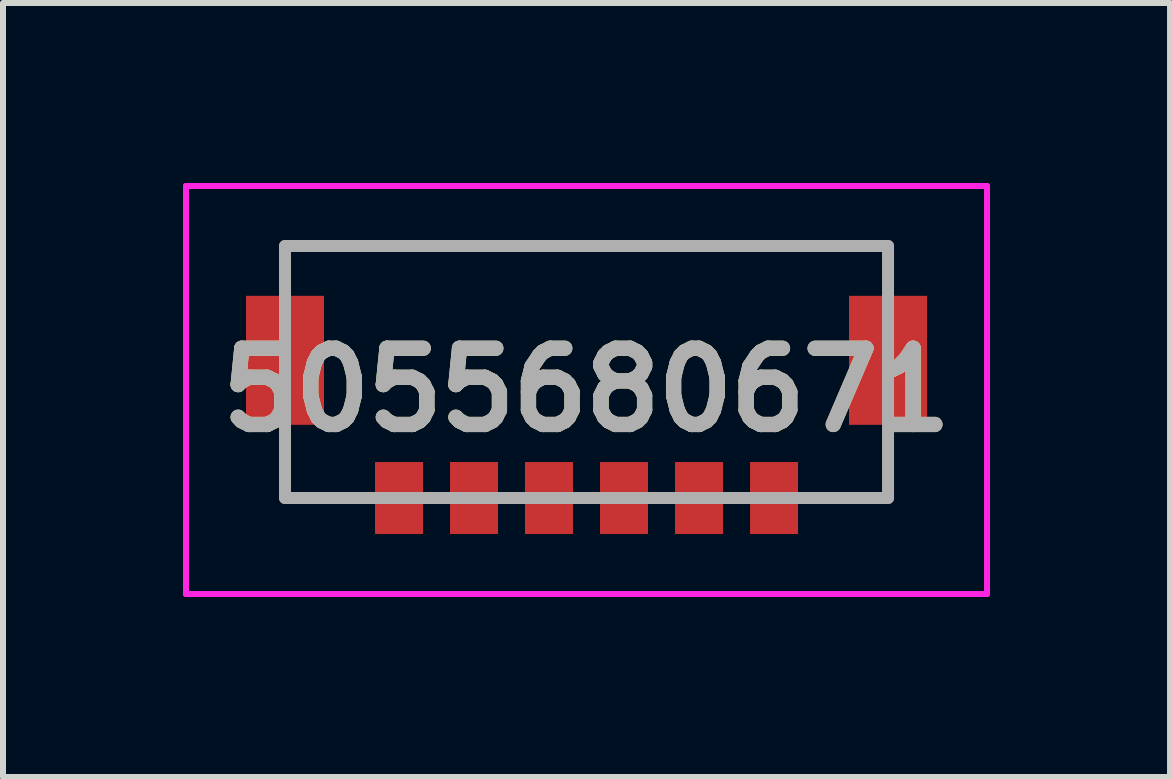
<source format=kicad_pcb>
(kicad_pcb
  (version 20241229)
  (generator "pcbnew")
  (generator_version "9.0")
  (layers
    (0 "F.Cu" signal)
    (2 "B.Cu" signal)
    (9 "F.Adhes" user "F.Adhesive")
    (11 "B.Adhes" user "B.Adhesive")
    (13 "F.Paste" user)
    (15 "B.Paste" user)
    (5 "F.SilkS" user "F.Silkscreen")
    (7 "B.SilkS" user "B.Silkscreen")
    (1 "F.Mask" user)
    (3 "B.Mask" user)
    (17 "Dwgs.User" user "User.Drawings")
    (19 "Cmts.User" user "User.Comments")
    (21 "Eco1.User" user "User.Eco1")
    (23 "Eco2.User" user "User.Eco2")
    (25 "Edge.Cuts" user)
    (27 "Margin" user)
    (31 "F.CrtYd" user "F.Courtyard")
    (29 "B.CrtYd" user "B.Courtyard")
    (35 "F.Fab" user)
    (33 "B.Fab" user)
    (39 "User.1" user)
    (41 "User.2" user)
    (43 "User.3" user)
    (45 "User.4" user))
  (footprint "5055680671"
    (layer "F.Cu")
    (at 6.725 3.45)
    (property "Reference" "5055680671" (at 0 0 0) (layer "F.SilkS") (effects (font (size 1.27 1.27) (thickness 0.254))))
    (attr smd)
    (fp_line (start -5.025 -2.4) (end 5.025 -2.4) (stroke (width 0.1) (type solid)) (layer "F.SilkS"))
    (fp_line (start -5.025 -1.7) (end -5.025 -2.4) (stroke (width 0.1) (type solid)) (layer "F.SilkS"))
    (fp_line (start -5.025 0.8) (end -5.025 1.8) (stroke (width 0.1) (type solid)) (layer "F.SilkS"))
    (fp_line (start -5.025 1.8) (end -4 1.8) (stroke (width 0.1) (type solid)) (layer "F.SilkS"))
    (fp_line (start 4 1.8) (end 5 1.8) (stroke (width 0.1) (type solid)) (layer "F.SilkS"))
    (fp_line (start 5 1.8) (end 5.025 0.8) (stroke (width 0.1) (type solid)) (layer "F.SilkS"))
    (fp_line (start 5.025 -2.4) (end 5.025 -1.7) (stroke (width 0.1) (type solid)) (layer "F.SilkS"))
    (fp_line (start -6.675 -3.4) (end 6.675 -3.4) (stroke (width 0.1) (type solid)) (layer "F.CrtYd"))
    (fp_line (start -6.675 3.4) (end -6.675 -3.4) (stroke (width 0.1) (type solid)) (layer "F.CrtYd"))
    (fp_line (start 6.675 -3.4) (end 6.675 3.4) (stroke (width 0.1) (type solid)) (layer "F.CrtYd"))
    (fp_line (start 6.675 3.4) (end -6.675 3.4) (stroke (width 0.1) (type solid)) (layer "F.CrtYd"))
    (fp_line (start -5.025 -2.4) (end 5.025 -2.4) (stroke (width 0.2) (type solid)) (layer "F.Fab"))
    (fp_line (start -5.025 1.8) (end -5.025 -2.4) (stroke (width 0.2) (type solid)) (layer "F.Fab"))
    (fp_line (start 5.025 -2.4) (end 5.025 1.8) (stroke (width 0.2) (type solid)) (layer "F.Fab"))
    (fp_line (start 5.025 1.8) (end -5.025 1.8) (stroke (width 0.2) (type solid)) (layer "F.Fab"))
    (fp_text user "${REFERENCE}" (at 0 0 0) (layer "F.Fab") (effects (font (size 1.27 1.27) (thickness 0.254))))
    (pad "1" smd rect (at -3.125 1.8) (size 0.8 1.2) (layers "F.Cu" "F.Mask" "F.Paste"))
    (pad "2" smd rect (at -1.875 1.8) (size 0.8 1.2) (layers "F.Cu" "F.Mask" "F.Paste"))
    (pad "3" smd rect (at -0.625 1.8) (size 0.8 1.2) (layers "F.Cu" "F.Mask" "F.Paste"))
    (pad "4" smd rect (at 0.625 1.8) (size 0.8 1.2) (layers "F.Cu" "F.Mask" "F.Paste"))
    (pad "5" smd rect (at 1.875 1.8) (size 0.8 1.2) (layers "F.Cu" "F.Mask" "F.Paste"))
    (pad "6" smd rect (at 3.125 1.8) (size 0.8 1.2) (layers "F.Cu" "F.Mask" "F.Paste"))
    (pad "7" smd rect (at -5.025 -0.495) (size 1.3 2.15) (layers "F.Cu" "F.Mask" "F.Paste"))
    (pad "8" smd rect (at 5.025 -0.495) (size 1.3 2.15) (layers "F.Cu" "F.Mask" "F.Paste")))
  (gr_rect
    (start -3 -3)
    (end 16.45 9.9)
    (stroke (width 0.1) (type default))
    (fill no)
    (layer "Edge.Cuts")))
</source>
